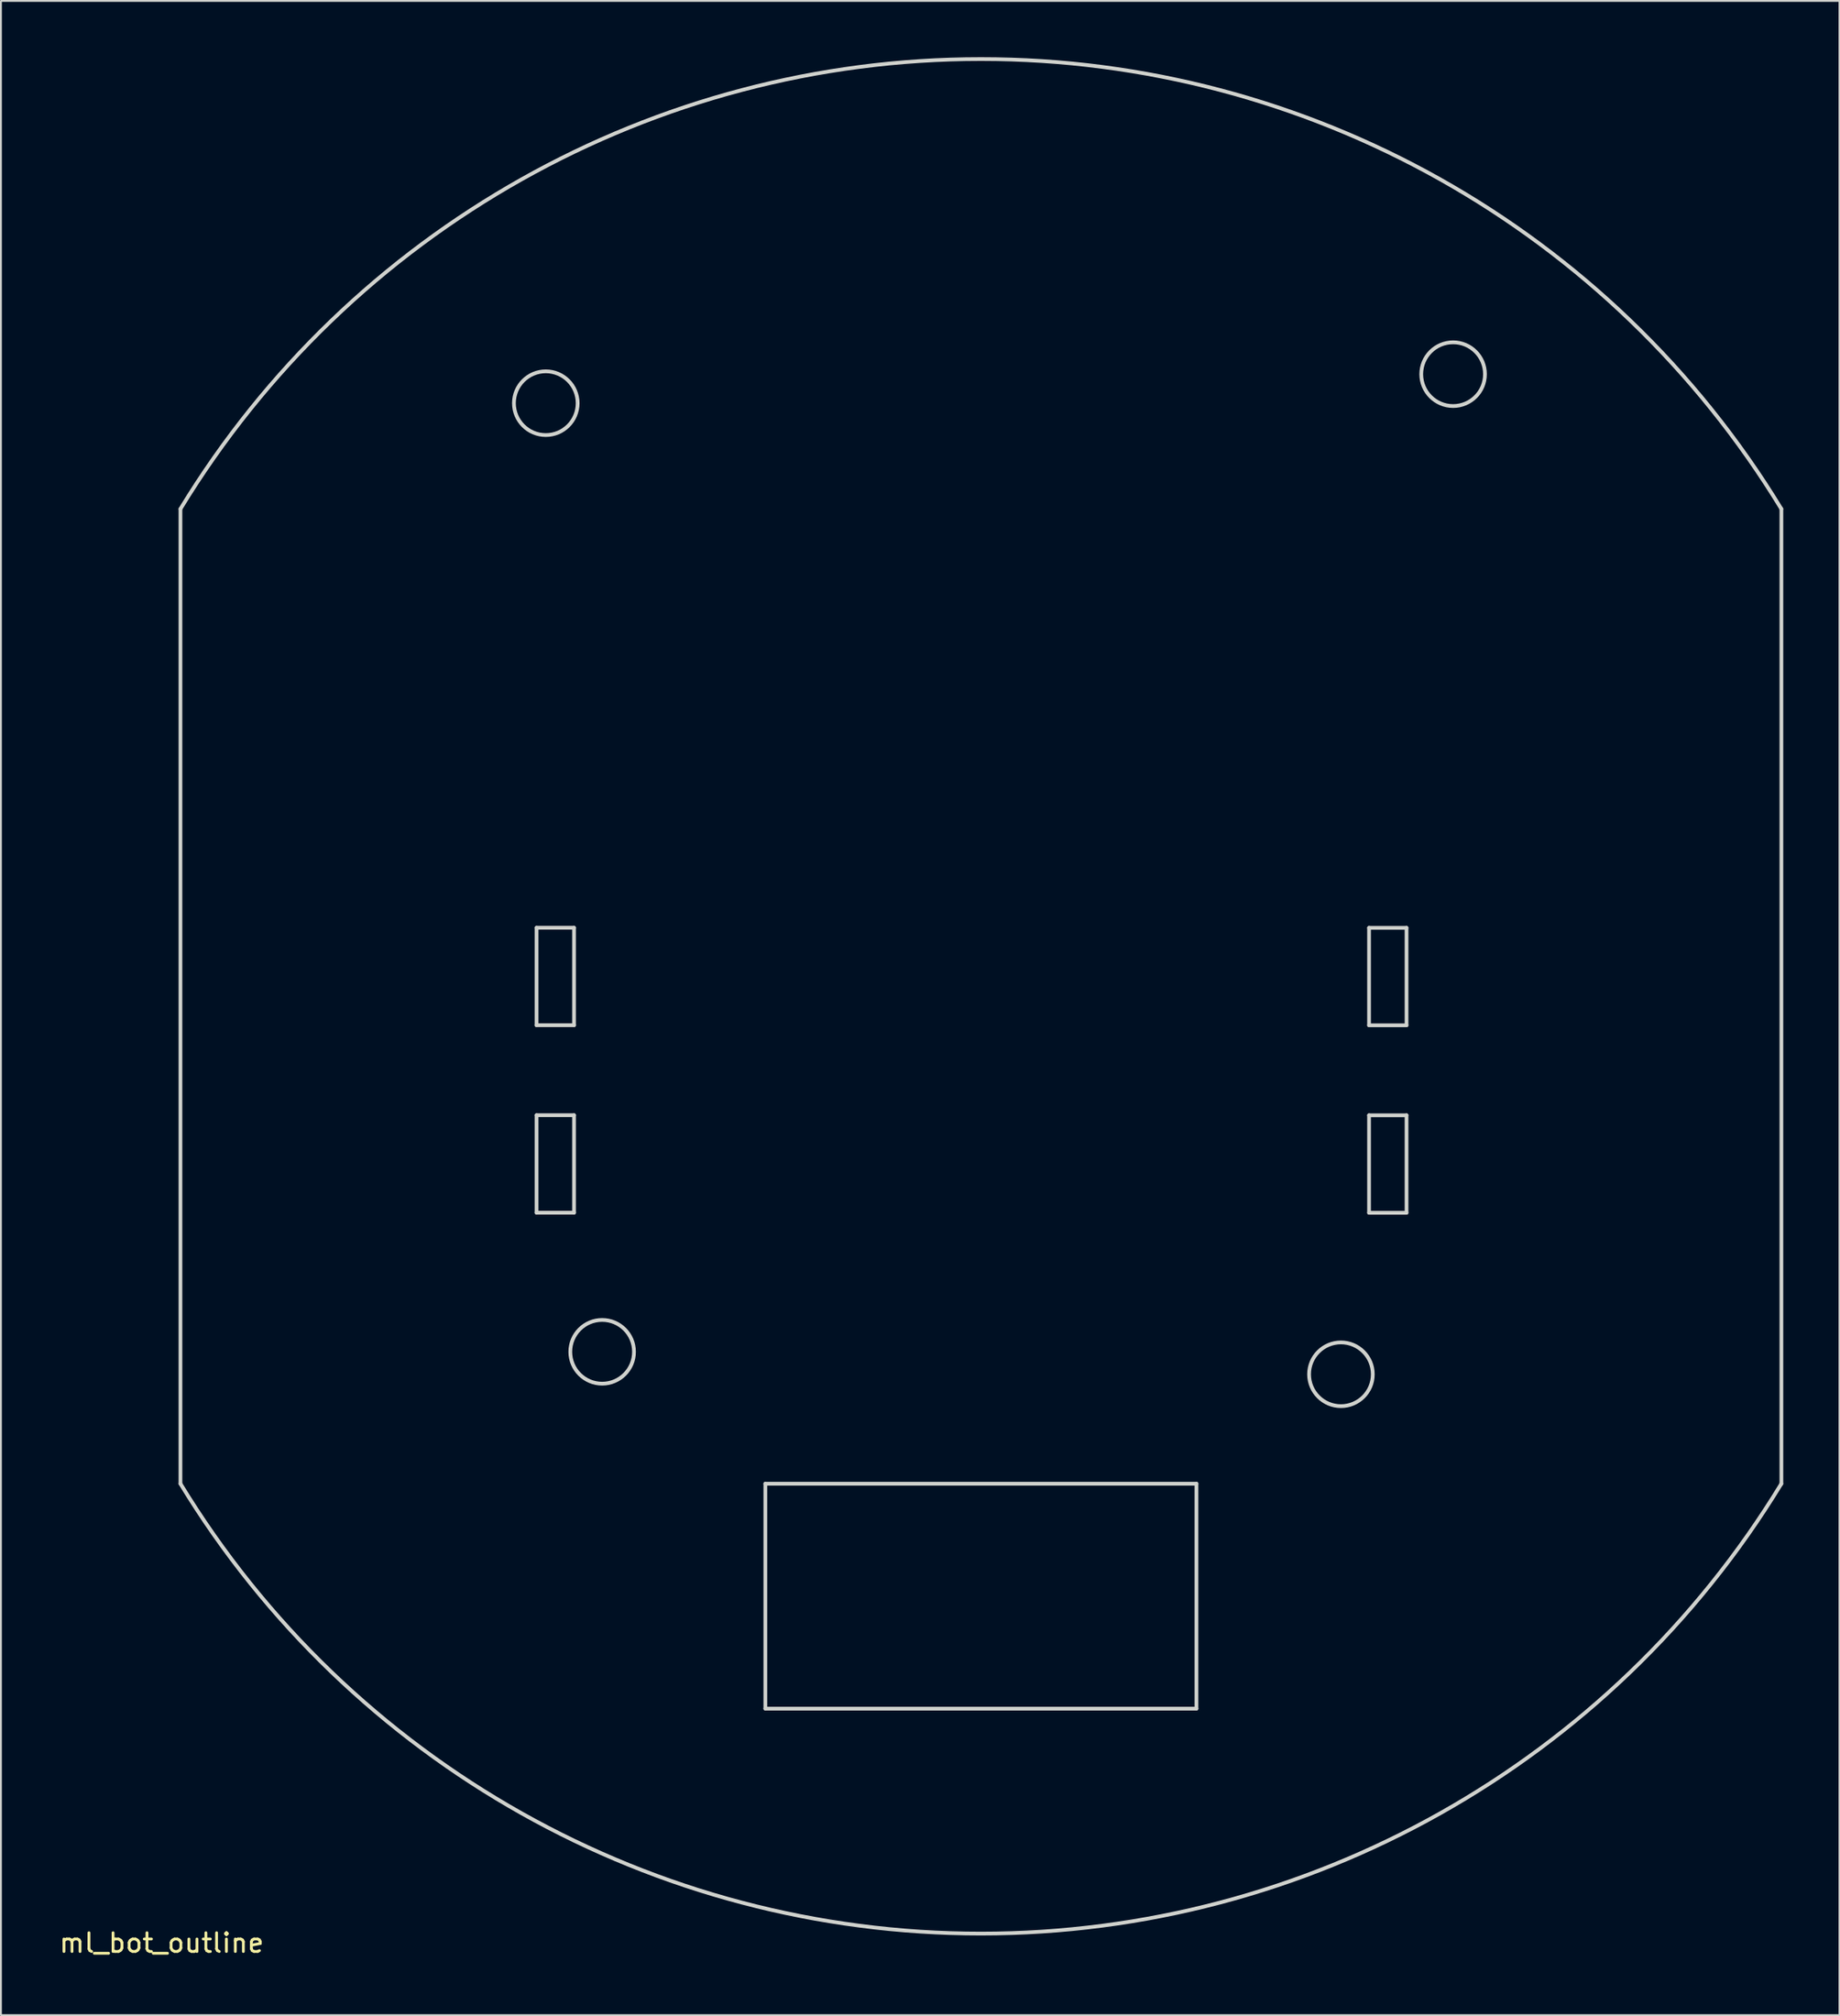
<source format=kicad_pcb>
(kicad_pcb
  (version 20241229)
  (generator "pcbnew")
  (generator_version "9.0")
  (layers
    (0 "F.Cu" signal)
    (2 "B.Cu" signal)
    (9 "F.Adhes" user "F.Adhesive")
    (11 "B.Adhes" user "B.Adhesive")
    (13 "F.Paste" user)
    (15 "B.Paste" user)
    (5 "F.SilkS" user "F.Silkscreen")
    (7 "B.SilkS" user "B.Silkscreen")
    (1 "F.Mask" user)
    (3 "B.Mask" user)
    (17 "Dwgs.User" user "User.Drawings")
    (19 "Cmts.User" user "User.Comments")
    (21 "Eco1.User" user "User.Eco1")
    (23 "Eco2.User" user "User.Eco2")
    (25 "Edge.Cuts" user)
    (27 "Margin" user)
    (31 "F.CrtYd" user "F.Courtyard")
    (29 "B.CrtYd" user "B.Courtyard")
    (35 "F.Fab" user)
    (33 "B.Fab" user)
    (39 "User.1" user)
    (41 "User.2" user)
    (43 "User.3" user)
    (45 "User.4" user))
  (footprint "ml_bot_outline"
    (layer "F.Cu")
    (at 5.577 101.1)
    (property "Reference" "ml_bot_outline" (at 0 -0.5 0) (unlocked yes) (layer "F.SilkS") (effects (font (size 1 1) (thickness 0.15))))
    (fp_line (start 1 -77) (end 1 -25) (stroke (width 0.2) (type solid)) (layer "Edge.Cuts"))
    (fp_line (start 20 -54.658) (end 20 -49.458) (stroke (width 0.2) (type solid)) (layer "Edge.Cuts"))
    (fp_line (start 20 -54.658) (end 22 -54.658) (stroke (width 0.2) (type solid)) (layer "Edge.Cuts"))
    (fp_line (start 20 -49.458) (end 22 -49.458) (stroke (width 0.2) (type solid)) (layer "Edge.Cuts"))
    (fp_line (start 20 -44.658) (end 20 -39.458) (stroke (width 0.2) (type solid)) (layer "Edge.Cuts"))
    (fp_line (start 20 -44.658) (end 22 -44.658) (stroke (width 0.2) (type solid)) (layer "Edge.Cuts"))
    (fp_line (start 20 -39.458) (end 22 -39.458) (stroke (width 0.2) (type solid)) (layer "Edge.Cuts"))
    (fp_line (start 22 -49.458) (end 22 -54.658) (stroke (width 0.2) (type solid)) (layer "Edge.Cuts"))
    (fp_line (start 22 -39.458) (end 22 -44.658) (stroke (width 0.2) (type solid)) (layer "Edge.Cuts"))
    (fp_line (start 32.208 -25) (end 55.208 -25) (stroke (width 0.2) (type solid)) (layer "Edge.Cuts"))
    (fp_line (start 32.208 -13) (end 32.208 -25) (stroke (width 0.2) (type solid)) (layer "Edge.Cuts"))
    (fp_line (start 55.208 -25) (end 55.208 -13) (stroke (width 0.2) (type solid)) (layer "Edge.Cuts"))
    (fp_line (start 55.208 -13) (end 32.208 -13) (stroke (width 0.2) (type solid)) (layer "Edge.Cuts"))
    (fp_line (start 64.417 -54.654) (end 66.417 -54.654) (stroke (width 0.2) (type solid)) (layer "Edge.Cuts"))
    (fp_line (start 64.417 -49.454) (end 64.417 -54.654) (stroke (width 0.2) (type solid)) (layer "Edge.Cuts"))
    (fp_line (start 64.417 -44.654) (end 66.417 -44.654) (stroke (width 0.2) (type solid)) (layer "Edge.Cuts"))
    (fp_line (start 64.417 -39.454) (end 64.417 -44.654) (stroke (width 0.2) (type solid)) (layer "Edge.Cuts"))
    (fp_line (start 66.417 -54.654) (end 66.417 -49.454) (stroke (width 0.2) (type solid)) (layer "Edge.Cuts"))
    (fp_line (start 66.417 -49.454) (end 64.417 -49.454) (stroke (width 0.2) (type solid)) (layer "Edge.Cuts"))
    (fp_line (start 66.417 -44.654) (end 66.417 -39.454) (stroke (width 0.2) (type solid)) (layer "Edge.Cuts"))
    (fp_line (start 66.417 -39.454) (end 64.417 -39.454) (stroke (width 0.2) (type solid)) (layer "Edge.Cuts"))
    (fp_line (start 86.417 -77) (end 86.417 -25) (stroke (width 0.2) (type solid)) (layer "Edge.Cuts"))
    (fp_arc (start 0.999873 -76.999813) (mid 43.708169 -101) (end 86.416591 -77.000036) (stroke (width 0.2) (type solid)) (layer "Edge.Cuts"))
    (fp_arc (start 86.416591 -24.999964) (mid 43.708169 -1) (end 0.999873 -25.000187) (stroke (width 0.2) (type solid)) (layer "Edge.Cuts"))
    (fp_circle (center 20.493 -82.641) (end 22.193 -82.641) (stroke (width 0.2) (type solid)) (fill no) (layer "Edge.Cuts"))
    (fp_circle (center 23.5 -32.036) (end 25.2 -32.036) (stroke (width 0.2) (type solid)) (fill no) (layer "Edge.Cuts"))
    (fp_circle (center 62.917 -30.837) (end 64.617 -30.837) (stroke (width 0.2) (type solid)) (fill no) (layer "Edge.Cuts"))
    (fp_circle (center 68.902 -84.189) (end 70.602 -84.189) (stroke (width 0.2) (type solid)) (fill no) (layer "Edge.Cuts")))
  (gr_rect
    (start -3 -3)
    (end 95.094 104.448)
    (stroke (width 0.1) (type default))
    (fill no)
    (layer "Edge.Cuts")))
</source>
